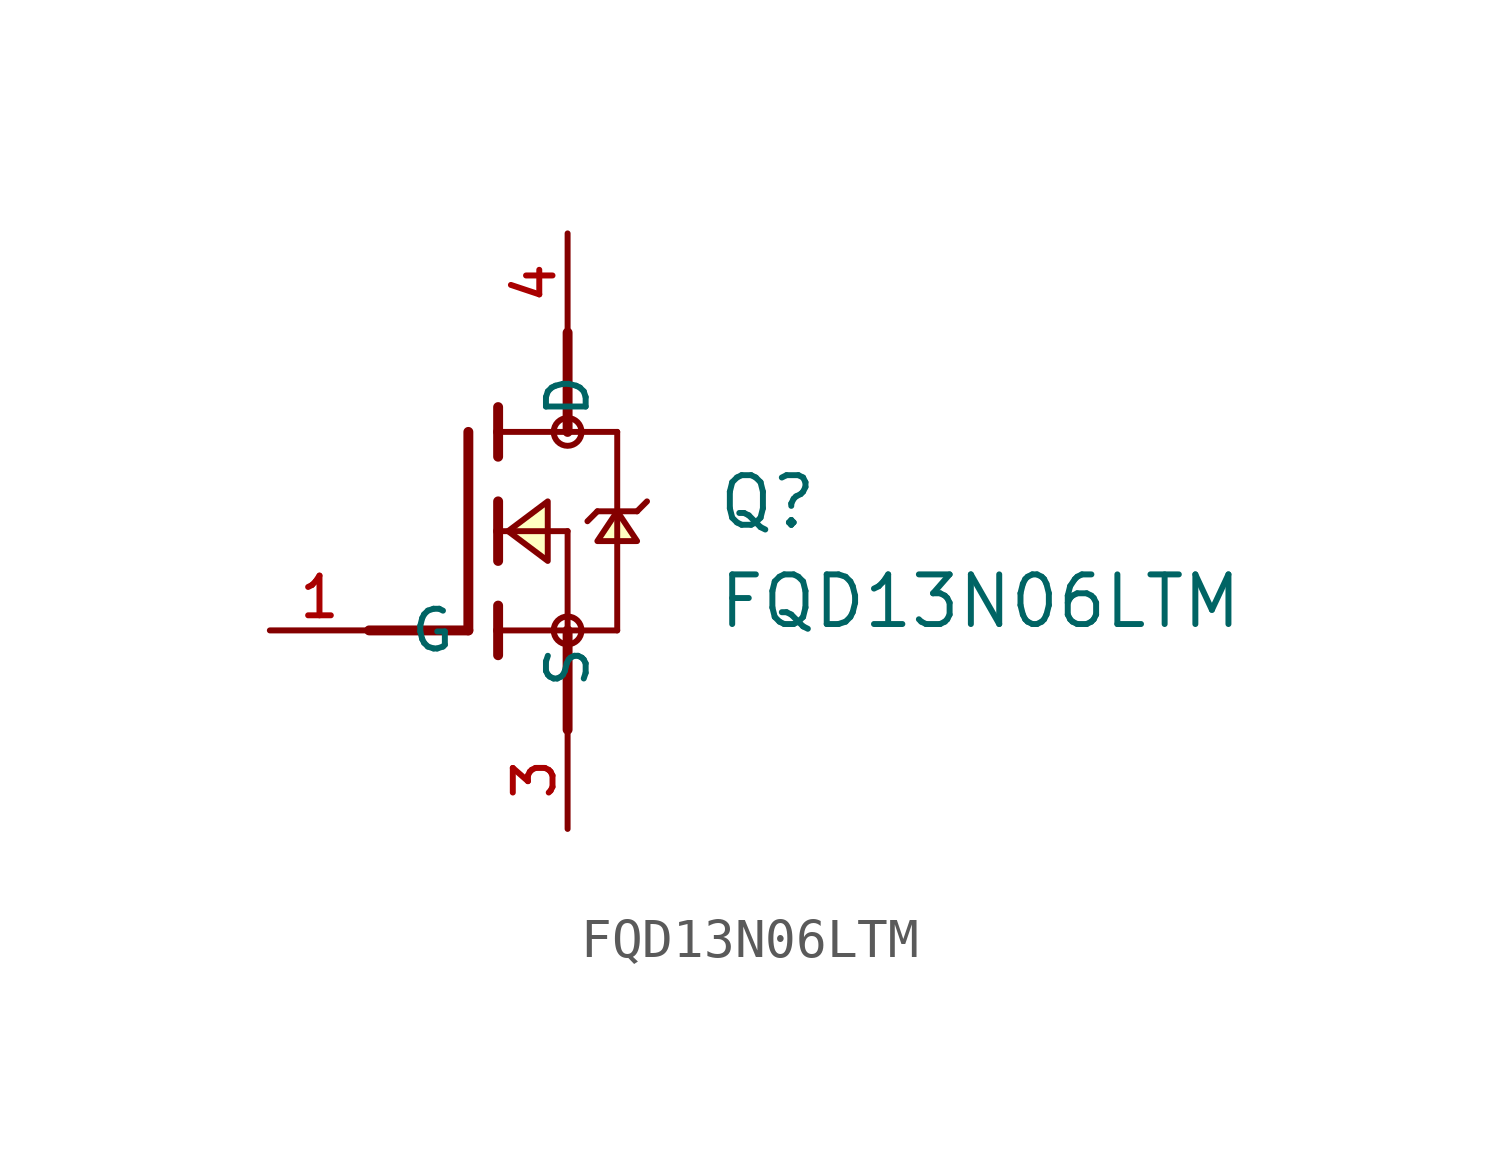
<source format=kicad_sym>
(kicad_symbol_lib
  (version 20220914)
  (generator kicad_symbol_editor)
  (symbol "FQD13N06LTM"
    (pin_names
      (offset 1.016))
    (property "Reference" "Q"
      (at 6.35 0 0)
      (effects (font (size 1.27 1.27)) (justify left bottom)))
    (property "Value" "FQD13N06LTM"
      (at 6.35 -2.54 0)
      (effects (font (size 1.27 1.27)) (justify left bottom)))
    (property "ki_locked" ""
      (at 0 0 0)
      (effects (font (size 1.27 1.27))))
    (symbol "FQD13N06LTM_0_0"
      (polyline (pts (xy -2.54 -2.54) (xy 0 -2.54)) (stroke (width 0.254) (type default)) (fill (type none)))
      (polyline (pts (xy 0 2.54) (xy 0 -2.54)) (stroke (width 0.254) (type default)) (fill (type none)))
      (polyline (pts (xy 0.762 -2.54) (xy 0.762 -3.175)) (stroke (width 0.254) (type default)) (fill (type none)))
      (polyline (pts (xy 0.762 -1.905) (xy 0.762 -2.54)) (stroke (width 0.254) (type default)) (fill (type none)))
      (polyline (pts (xy 0.762 0) (xy 0.762 -0.762)) (stroke (width 0.254) (type default)) (fill (type none)))
      (polyline (pts (xy 0.762 0) (xy 2.54 0)) (stroke (width 0.152) (type default)) (fill (type none)))
      (polyline (pts (xy 0.762 0.762) (xy 0.762 0)) (stroke (width 0.254) (type default)) (fill (type none)))
      (polyline (pts (xy 0.762 2.54) (xy 0.762 1.905)) (stroke (width 0.254) (type default)) (fill (type none)))
      (polyline (pts (xy 0.762 2.54) (xy 2.54 2.54)) (stroke (width 0.152) (type default)) (fill (type none)))
      (polyline (pts (xy 0.762 3.175) (xy 0.762 2.54)) (stroke (width 0.254) (type default)) (fill (type none)))
      (polyline (pts (xy 2.54 -2.54) (xy 0.762 -2.54)) (stroke (width 0.152) (type default)) (fill (type none)))
      (polyline (pts (xy 2.54 -2.54) (xy 2.54 -5.08)) (stroke (width 0.254) (type default)) (fill (type none)))
      (polyline (pts (xy 2.54 -2.54) (xy 3.81 -2.54)) (stroke (width 0.152) (type default)) (fill (type none)))
      (polyline (pts (xy 2.54 0) (xy 2.54 -2.54)) (stroke (width 0.152) (type default)) (fill (type none)))
      (polyline (pts (xy 2.54 2.54) (xy 3.81 2.54)) (stroke (width 0.152) (type default)) (fill (type none)))
      (polyline (pts (xy 2.54 5.08) (xy 2.54 2.54)) (stroke (width 0.254) (type default)) (fill (type none)))
      (polyline (pts (xy 3.302 0.508) (xy 3.048 0.254)) (stroke (width 0.152) (type default)) (fill (type none)))
      (polyline (pts (xy 3.81 0.508) (xy 3.302 0.508)) (stroke (width 0.152) (type default)) (fill (type none)))
      (polyline (pts (xy 3.81 0.508) (xy 3.81 -2.54)) (stroke (width 0.152) (type default)) (fill (type none)))
      (polyline (pts (xy 3.81 2.54) (xy 3.81 0.508)) (stroke (width 0.152) (type default)) (fill (type none)))
      (polyline (pts (xy 4.318 0.508) (xy 3.81 0.508)) (stroke (width 0.152) (type default)) (fill (type none)))
      (polyline (pts (xy 4.572 0.762) (xy 4.318 0.508)) (stroke (width 0.152) (type default)) (fill (type none)))
      (polyline (pts (xy 1.016 0) (xy 2.032 0.762) (xy 2.032 -0.762) (xy 1.016 0)) (stroke (width 0.152) (type default)) (fill (type background)))
      (polyline (pts (xy 3.81 0.508) (xy 3.302 -0.254) (xy 4.318 -0.254) (xy 3.81 0.508)) (stroke (width 0.152) (type default)) (fill (type background)))
      (circle (center 2.54 -2.54) (radius 0.356) (stroke (width 0) (type default)) (fill (type none)))
      (circle (center 2.54 2.54) (radius 0.356) (stroke (width 0) (type default)) (fill (type none)))
      (pin passive line (at -5.08 -2.54 0) (length 2.54) (name "G" (effects (font (size 1.016 1.016)))) (number "1" (effects (font (size 1.016 1.016)))))
      (pin passive line (at 2.54 -7.62 90) (length 2.54) (name "S" (effects (font (size 1.016 1.016)))) (number "3" (effects (font (size 1.016 1.016)))))
      (pin passive line (at 2.54 7.62 270) (length 2.54) (name "D" (effects (font (size 1.016 1.016)))) (number "4" (effects (font (size 1.016 1.016))))))))
</source>
